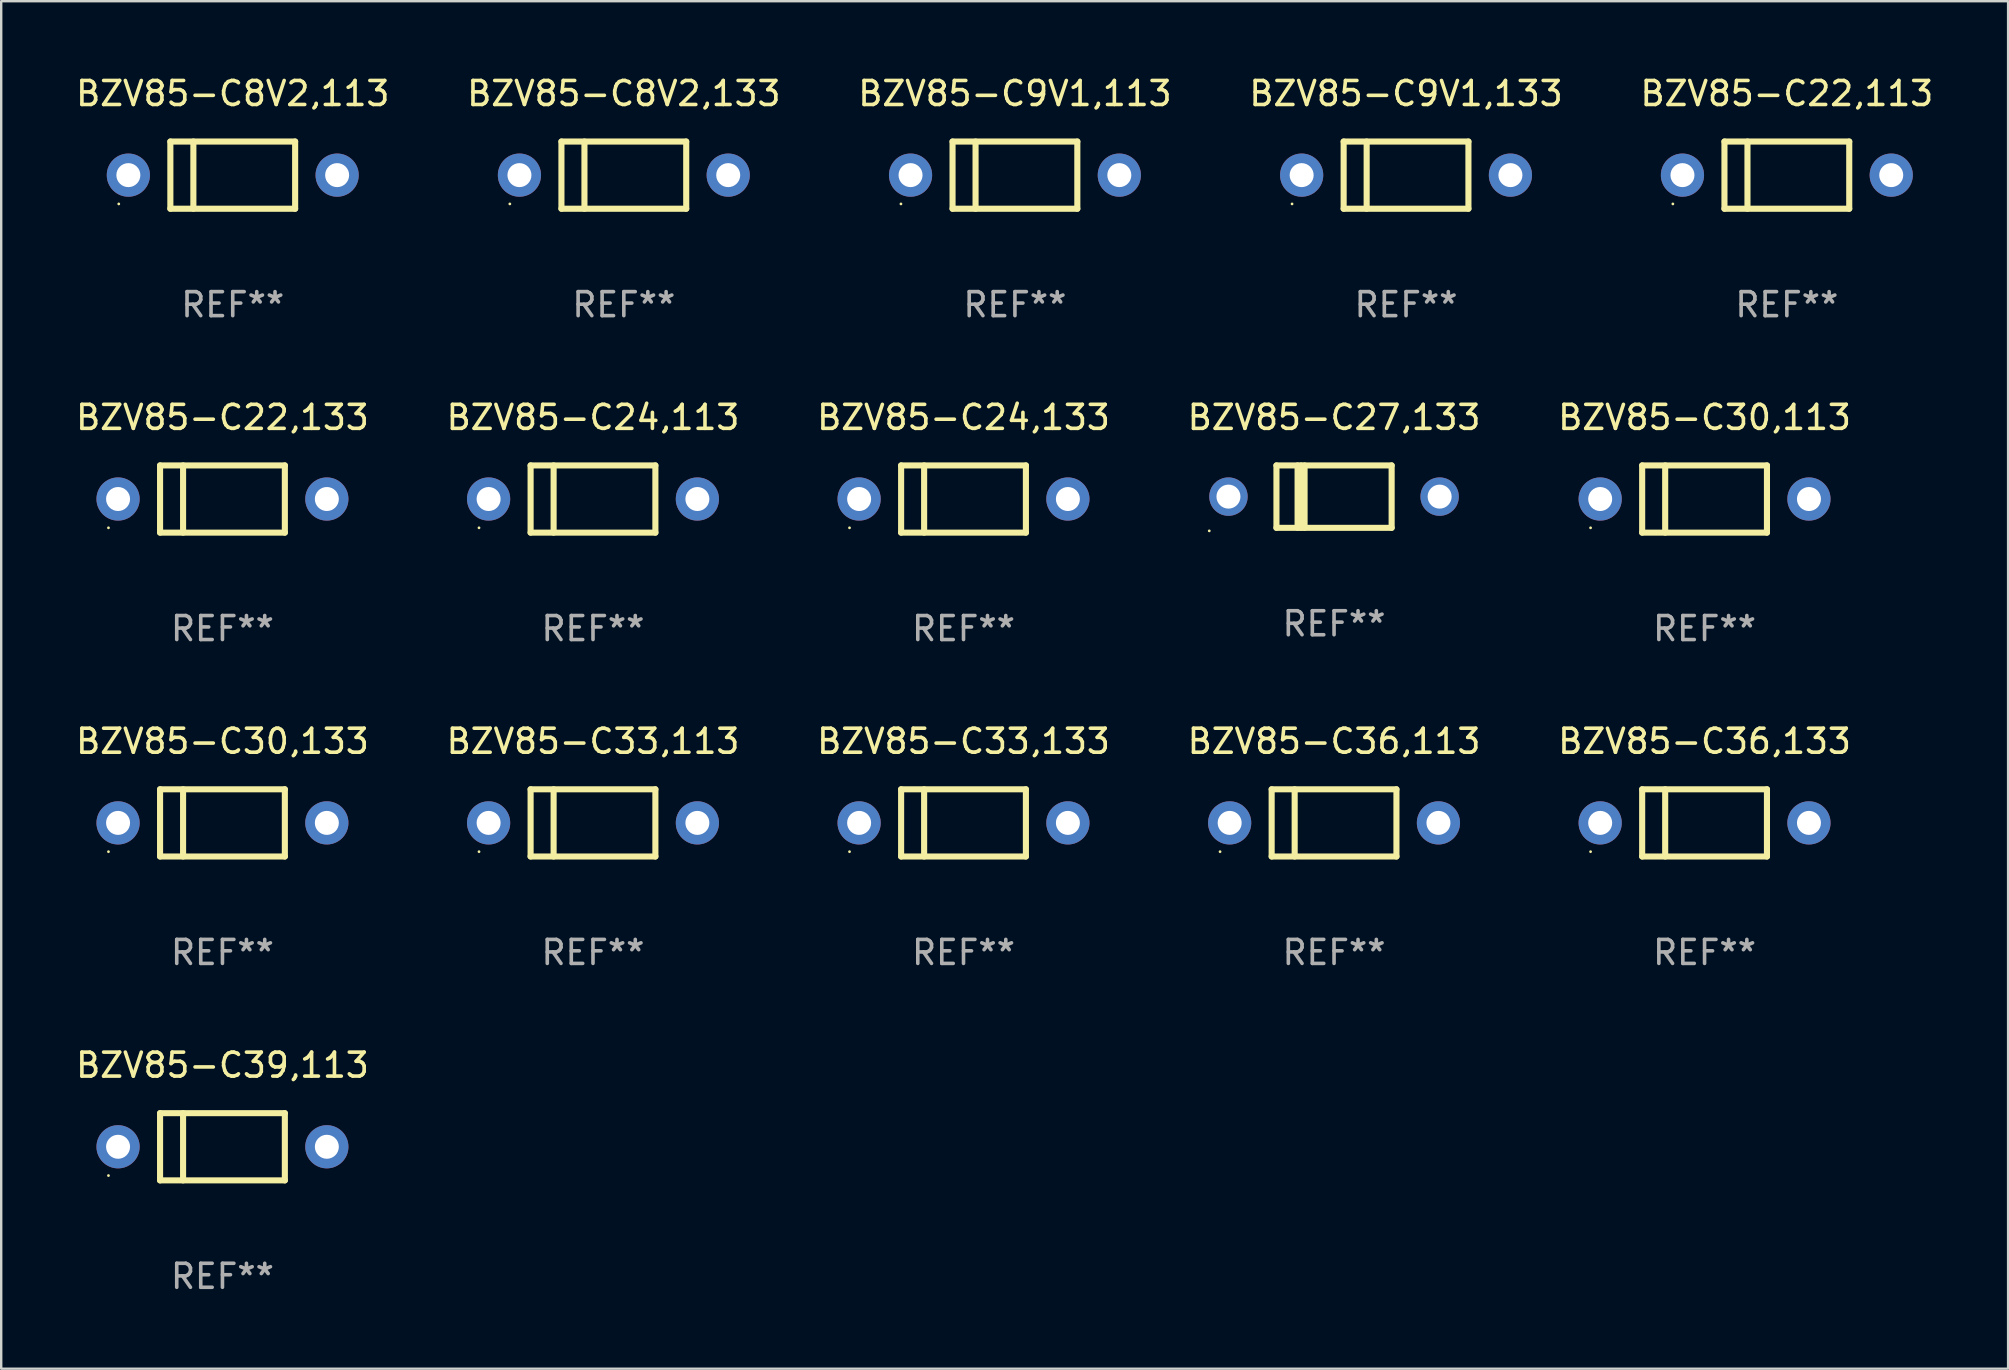
<source format=kicad_pcb>
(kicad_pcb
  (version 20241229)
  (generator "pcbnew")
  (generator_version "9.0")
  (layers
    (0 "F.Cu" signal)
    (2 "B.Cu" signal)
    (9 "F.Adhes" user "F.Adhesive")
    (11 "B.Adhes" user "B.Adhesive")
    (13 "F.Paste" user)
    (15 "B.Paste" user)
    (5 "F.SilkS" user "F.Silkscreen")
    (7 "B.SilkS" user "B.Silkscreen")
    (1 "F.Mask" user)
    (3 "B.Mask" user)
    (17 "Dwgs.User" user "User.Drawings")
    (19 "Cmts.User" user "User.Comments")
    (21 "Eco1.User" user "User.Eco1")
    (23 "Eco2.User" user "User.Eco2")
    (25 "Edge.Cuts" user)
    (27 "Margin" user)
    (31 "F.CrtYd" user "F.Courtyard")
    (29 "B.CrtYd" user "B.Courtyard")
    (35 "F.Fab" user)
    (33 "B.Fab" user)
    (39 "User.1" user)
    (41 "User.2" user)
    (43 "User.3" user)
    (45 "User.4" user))
  (footprint "BZV85-C24,133"
    (layer "F.Cu")
    (at 37.101 17.745)
    (property "Reference" "BZV85-C24,133" (at 0 -3.4 0) (layer "F.SilkS") (effects (font (size 1 1) (thickness 0.15))))
    (attr through_hole)
    (fp_line (start -2.6 -1.4) (end -2.6 1.4) (stroke (width 0.254) (type solid)) (layer "F.SilkS"))
    (fp_line (start -2.6 -1.4) (end 2.6 -1.4) (stroke (width 0.254) (type solid)) (layer "F.SilkS"))
    (fp_line (start -2.6 1.4) (end 2.6 1.4) (stroke (width 0.254) (type solid)) (layer "F.SilkS"))
    (fp_line (start -1.641 -1.4) (end -1.641 1.4) (stroke (width 0.254) (type solid)) (layer "F.SilkS"))
    (fp_line (start 2.6 -1.4) (end 2.6 1.4) (stroke (width 0.254) (type solid)) (layer "F.SilkS"))
    (fp_circle (center -4.75 1.2) (end -4.72 1.2) (stroke (width 0.06) (type solid)) (fill no) (layer "F.SilkS"))
    (fp_text user "REF**" (at 0 5.4 0) (layer "F.Fab") (effects (font (size 1 1) (thickness 0.15))))
    (pad "1" thru_hole circle (at -4.35 0) (size 1.8 1.8) (drill 1) (layers "*.Cu" "*.Mask"))
    (pad "2" thru_hole circle (at 4.35 0) (size 1.8 1.8) (drill 1) (layers "*.Cu" "*.Mask")))
  (footprint "BZV85-C36,113"
    (layer "F.Cu")
    (at 52.542 31.241)
    (property "Reference" "BZV85-C36,113" (at 0 -3.4 0) (layer "F.SilkS") (effects (font (size 1 1) (thickness 0.15))))
    (attr through_hole)
    (fp_line (start -2.6 -1.4) (end -2.6 1.4) (stroke (width 0.254) (type solid)) (layer "F.SilkS"))
    (fp_line (start -2.6 -1.4) (end 2.6 -1.4) (stroke (width 0.254) (type solid)) (layer "F.SilkS"))
    (fp_line (start -2.6 1.4) (end 2.6 1.4) (stroke (width 0.254) (type solid)) (layer "F.SilkS"))
    (fp_line (start -1.641 -1.4) (end -1.641 1.4) (stroke (width 0.254) (type solid)) (layer "F.SilkS"))
    (fp_line (start 2.6 -1.4) (end 2.6 1.4) (stroke (width 0.254) (type solid)) (layer "F.SilkS"))
    (fp_circle (center -4.75 1.2) (end -4.72 1.2) (stroke (width 0.06) (type solid)) (fill no) (layer "F.SilkS"))
    (fp_text user "REF**" (at 0 5.4 0) (layer "F.Fab") (effects (font (size 1 1) (thickness 0.15))))
    (pad "1" thru_hole circle (at -4.35 0) (size 1.8 1.8) (drill 1) (layers "*.Cu" "*.Mask"))
    (pad "2" thru_hole circle (at 4.35 0) (size 1.8 1.8) (drill 1) (layers "*.Cu" "*.Mask")))
  (footprint "BZV85-C9V1,133"
    (layer "F.Cu")
    (at 55.542 4.248)
    (property "Reference" "BZV85-C9V1,133" (at 0 -3.4 0) (layer "F.SilkS") (effects (font (size 1 1) (thickness 0.15))))
    (attr through_hole)
    (fp_line (start -2.6 -1.4) (end -2.6 1.4) (stroke (width 0.254) (type solid)) (layer "F.SilkS"))
    (fp_line (start -2.6 -1.4) (end 2.6 -1.4) (stroke (width 0.254) (type solid)) (layer "F.SilkS"))
    (fp_line (start -2.6 1.4) (end 2.6 1.4) (stroke (width 0.254) (type solid)) (layer "F.SilkS"))
    (fp_line (start -1.641 -1.4) (end -1.641 1.4) (stroke (width 0.254) (type solid)) (layer "F.SilkS"))
    (fp_line (start 2.6 -1.4) (end 2.6 1.4) (stroke (width 0.254) (type solid)) (layer "F.SilkS"))
    (fp_circle (center -4.75 1.2) (end -4.72 1.2) (stroke (width 0.06) (type solid)) (fill no) (layer "F.SilkS"))
    (fp_text user "REF**" (at 0 5.4 0) (layer "F.Fab") (effects (font (size 1 1) (thickness 0.15))))
    (pad "1" thru_hole circle (at -4.35 0) (size 1.8 1.8) (drill 1) (layers "*.Cu" "*.Mask"))
    (pad "2" thru_hole circle (at 4.35 0) (size 1.8 1.8) (drill 1) (layers "*.Cu" "*.Mask")))
  (footprint "BZV85-C30,113"
    (layer "F.Cu")
    (at 67.982 17.745)
    (property "Reference" "BZV85-C30,113" (at 0 -3.4 0) (layer "F.SilkS") (effects (font (size 1 1) (thickness 0.15))))
    (attr through_hole)
    (fp_line (start -2.6 -1.4) (end -2.6 1.4) (stroke (width 0.254) (type solid)) (layer "F.SilkS"))
    (fp_line (start -2.6 -1.4) (end 2.6 -1.4) (stroke (width 0.254) (type solid)) (layer "F.SilkS"))
    (fp_line (start -2.6 1.4) (end 2.6 1.4) (stroke (width 0.254) (type solid)) (layer "F.SilkS"))
    (fp_line (start -1.641 -1.4) (end -1.641 1.4) (stroke (width 0.254) (type solid)) (layer "F.SilkS"))
    (fp_line (start 2.6 -1.4) (end 2.6 1.4) (stroke (width 0.254) (type solid)) (layer "F.SilkS"))
    (fp_circle (center -4.75 1.2) (end -4.72 1.2) (stroke (width 0.06) (type solid)) (fill no) (layer "F.SilkS"))
    (fp_text user "REF**" (at 0 5.4 0) (layer "F.Fab") (effects (font (size 1 1) (thickness 0.15))))
    (pad "1" thru_hole circle (at -4.35 0) (size 1.8 1.8) (drill 1) (layers "*.Cu" "*.Mask"))
    (pad "2" thru_hole circle (at 4.35 0) (size 1.8 1.8) (drill 1) (layers "*.Cu" "*.Mask")))
  (footprint "BZV85-C22,133"
    (layer "F.Cu")
    (at 6.22 17.745)
    (property "Reference" "BZV85-C22,133" (at 0 -3.4 0) (layer "F.SilkS") (effects (font (size 1 1) (thickness 0.15))))
    (attr through_hole)
    (fp_line (start -2.6 -1.4) (end -2.6 1.4) (stroke (width 0.254) (type solid)) (layer "F.SilkS"))
    (fp_line (start -2.6 -1.4) (end 2.6 -1.4) (stroke (width 0.254) (type solid)) (layer "F.SilkS"))
    (fp_line (start -2.6 1.4) (end 2.6 1.4) (stroke (width 0.254) (type solid)) (layer "F.SilkS"))
    (fp_line (start -1.641 -1.4) (end -1.641 1.4) (stroke (width 0.254) (type solid)) (layer "F.SilkS"))
    (fp_line (start 2.6 -1.4) (end 2.6 1.4) (stroke (width 0.254) (type solid)) (layer "F.SilkS"))
    (fp_circle (center -4.75 1.2) (end -4.72 1.2) (stroke (width 0.06) (type solid)) (fill no) (layer "F.SilkS"))
    (fp_text user "REF**" (at 0 5.4 0) (layer "F.Fab") (effects (font (size 1 1) (thickness 0.15))))
    (pad "1" thru_hole circle (at -4.35 0) (size 1.8 1.8) (drill 1) (layers "*.Cu" "*.Mask"))
    (pad "2" thru_hole circle (at 4.35 0) (size 1.8 1.8) (drill 1) (layers "*.Cu" "*.Mask")))
  (footprint "BZV85-C27,133"
    (layer "F.Cu")
    (at 52.542 17.645)
    (property "Reference" "BZV85-C27,133" (at 0 -3.3 0) (layer "F.SilkS") (effects (font (size 1 1) (thickness 0.15))))
    (attr through_hole)
    (fp_line (start -2.4 -1.3) (end -2.4 1.3) (stroke (width 0.254) (type solid)) (layer "F.SilkS"))
    (fp_line (start -2.4 -1.3) (end 2.4 -1.3) (stroke (width 0.254) (type solid)) (layer "F.SilkS"))
    (fp_line (start -2.4 1.3) (end 2.4 1.3) (stroke (width 0.254) (type solid)) (layer "F.SilkS"))
    (fp_line (start -1.519 -1.3) (end -1.519 1.3) (stroke (width 0.254) (type solid)) (layer "F.SilkS"))
    (fp_line (start -1.374 -1.3) (end -1.374 1.3) (stroke (width 0.254) (type solid)) (layer "F.SilkS"))
    (fp_line (start -1.228 -1.3) (end -1.228 1.3) (stroke (width 0.254) (type solid)) (layer "F.SilkS"))
    (fp_line (start 2.4 -1.3) (end 2.4 1.3) (stroke (width 0.254) (type solid)) (layer "F.SilkS"))
    (fp_circle (center -5.2 1.427) (end -5.17 1.427) (stroke (width 0.06) (type solid)) (fill no) (layer "F.SilkS"))
    (fp_text user "REF**" (at 0 5.3 0) (layer "F.Fab") (effects (font (size 1 1) (thickness 0.15))))
    (pad "1" thru_hole circle (at -4.4 0.000013) (size 1.6 1.6) (drill 1) (layers "*.Cu" "*.Mask"))
    (pad "2" thru_hole circle (at 4.4 0.000013) (size 1.6 1.6) (drill 1) (layers "*.Cu" "*.Mask")))
  (footprint "BZV85-C9V1,113"
    (layer "F.Cu")
    (at 39.244 4.248)
    (property "Reference" "BZV85-C9V1,113" (at 0 -3.4 0) (layer "F.SilkS") (effects (font (size 1 1) (thickness 0.15))))
    (attr through_hole)
    (fp_line (start -2.6 -1.4) (end -2.6 1.4) (stroke (width 0.254) (type solid)) (layer "F.SilkS"))
    (fp_line (start -2.6 -1.4) (end 2.6 -1.4) (stroke (width 0.254) (type solid)) (layer "F.SilkS"))
    (fp_line (start -2.6 1.4) (end 2.6 1.4) (stroke (width 0.254) (type solid)) (layer "F.SilkS"))
    (fp_line (start -1.641 -1.4) (end -1.641 1.4) (stroke (width 0.254) (type solid)) (layer "F.SilkS"))
    (fp_line (start 2.6 -1.4) (end 2.6 1.4) (stroke (width 0.254) (type solid)) (layer "F.SilkS"))
    (fp_circle (center -4.75 1.2) (end -4.72 1.2) (stroke (width 0.06) (type solid)) (fill no) (layer "F.SilkS"))
    (fp_text user "REF**" (at 0 5.4 0) (layer "F.Fab") (effects (font (size 1 1) (thickness 0.15))))
    (pad "1" thru_hole circle (at -4.35 0) (size 1.8 1.8) (drill 1) (layers "*.Cu" "*.Mask"))
    (pad "2" thru_hole circle (at 4.35 0) (size 1.8 1.8) (drill 1) (layers "*.Cu" "*.Mask")))
  (footprint "BZV85-C8V2,113"
    (layer "F.Cu")
    (at 6.649 4.248)
    (property "Reference" "BZV85-C8V2,113" (at 0 -3.4 0) (layer "F.SilkS") (effects (font (size 1 1) (thickness 0.15))))
    (attr through_hole)
    (fp_line (start -2.6 -1.4) (end -2.6 1.4) (stroke (width 0.254) (type solid)) (layer "F.SilkS"))
    (fp_line (start -2.6 -1.4) (end 2.6 -1.4) (stroke (width 0.254) (type solid)) (layer "F.SilkS"))
    (fp_line (start -2.6 1.4) (end 2.6 1.4) (stroke (width 0.254) (type solid)) (layer "F.SilkS"))
    (fp_line (start -1.641 -1.4) (end -1.641 1.4) (stroke (width 0.254) (type solid)) (layer "F.SilkS"))
    (fp_line (start 2.6 -1.4) (end 2.6 1.4) (stroke (width 0.254) (type solid)) (layer "F.SilkS"))
    (fp_circle (center -4.75 1.2) (end -4.72 1.2) (stroke (width 0.06) (type solid)) (fill no) (layer "F.SilkS"))
    (fp_text user "REF**" (at 0 5.4 0) (layer "F.Fab") (effects (font (size 1 1) (thickness 0.15))))
    (pad "1" thru_hole circle (at -4.35 0) (size 1.8 1.8) (drill 1) (layers "*.Cu" "*.Mask"))
    (pad "2" thru_hole circle (at 4.35 0) (size 1.8 1.8) (drill 1) (layers "*.Cu" "*.Mask")))
  (footprint "BZV85-C30,133"
    (layer "F.Cu")
    (at 6.22 31.241)
    (property "Reference" "BZV85-C30,133" (at 0 -3.4 0) (layer "F.SilkS") (effects (font (size 1 1) (thickness 0.15))))
    (attr through_hole)
    (fp_line (start -2.6 -1.4) (end -2.6 1.4) (stroke (width 0.254) (type solid)) (layer "F.SilkS"))
    (fp_line (start -2.6 -1.4) (end 2.6 -1.4) (stroke (width 0.254) (type solid)) (layer "F.SilkS"))
    (fp_line (start -2.6 1.4) (end 2.6 1.4) (stroke (width 0.254) (type solid)) (layer "F.SilkS"))
    (fp_line (start -1.641 -1.4) (end -1.641 1.4) (stroke (width 0.254) (type solid)) (layer "F.SilkS"))
    (fp_line (start 2.6 -1.4) (end 2.6 1.4) (stroke (width 0.254) (type solid)) (layer "F.SilkS"))
    (fp_circle (center -4.75 1.2) (end -4.72 1.2) (stroke (width 0.06) (type solid)) (fill no) (layer "F.SilkS"))
    (fp_text user "REF**" (at 0 5.4 0) (layer "F.Fab") (effects (font (size 1 1) (thickness 0.15))))
    (pad "1" thru_hole circle (at -4.35 0) (size 1.8 1.8) (drill 1) (layers "*.Cu" "*.Mask"))
    (pad "2" thru_hole circle (at 4.35 0) (size 1.8 1.8) (drill 1) (layers "*.Cu" "*.Mask")))
  (footprint "BZV85-C36,133"
    (layer "F.Cu")
    (at 67.982 31.241)
    (property "Reference" "BZV85-C36,133" (at 0 -3.4 0) (layer "F.SilkS") (effects (font (size 1 1) (thickness 0.15))))
    (attr through_hole)
    (fp_line (start -2.6 -1.4) (end -2.6 1.4) (stroke (width 0.254) (type solid)) (layer "F.SilkS"))
    (fp_line (start -2.6 -1.4) (end 2.6 -1.4) (stroke (width 0.254) (type solid)) (layer "F.SilkS"))
    (fp_line (start -2.6 1.4) (end 2.6 1.4) (stroke (width 0.254) (type solid)) (layer "F.SilkS"))
    (fp_line (start -1.641 -1.4) (end -1.641 1.4) (stroke (width 0.254) (type solid)) (layer "F.SilkS"))
    (fp_line (start 2.6 -1.4) (end 2.6 1.4) (stroke (width 0.254) (type solid)) (layer "F.SilkS"))
    (fp_circle (center -4.75 1.2) (end -4.72 1.2) (stroke (width 0.06) (type solid)) (fill no) (layer "F.SilkS"))
    (fp_text user "REF**" (at 0 5.4 0) (layer "F.Fab") (effects (font (size 1 1) (thickness 0.15))))
    (pad "1" thru_hole circle (at -4.35 0) (size 1.8 1.8) (drill 1) (layers "*.Cu" "*.Mask"))
    (pad "2" thru_hole circle (at 4.35 0) (size 1.8 1.8) (drill 1) (layers "*.Cu" "*.Mask")))
  (footprint "BZV85-C24,113"
    (layer "F.Cu")
    (at 21.661 17.745)
    (property "Reference" "BZV85-C24,113" (at 0 -3.4 0) (layer "F.SilkS") (effects (font (size 1 1) (thickness 0.15))))
    (attr through_hole)
    (fp_line (start -2.6 -1.4) (end -2.6 1.4) (stroke (width 0.254) (type solid)) (layer "F.SilkS"))
    (fp_line (start -2.6 -1.4) (end 2.6 -1.4) (stroke (width 0.254) (type solid)) (layer "F.SilkS"))
    (fp_line (start -2.6 1.4) (end 2.6 1.4) (stroke (width 0.254) (type solid)) (layer "F.SilkS"))
    (fp_line (start -1.641 -1.4) (end -1.641 1.4) (stroke (width 0.254) (type solid)) (layer "F.SilkS"))
    (fp_line (start 2.6 -1.4) (end 2.6 1.4) (stroke (width 0.254) (type solid)) (layer "F.SilkS"))
    (fp_circle (center -4.75 1.2) (end -4.72 1.2) (stroke (width 0.06) (type solid)) (fill no) (layer "F.SilkS"))
    (fp_text user "REF**" (at 0 5.4 0) (layer "F.Fab") (effects (font (size 1 1) (thickness 0.15))))
    (pad "1" thru_hole circle (at -4.35 0) (size 1.8 1.8) (drill 1) (layers "*.Cu" "*.Mask"))
    (pad "2" thru_hole circle (at 4.35 0) (size 1.8 1.8) (drill 1) (layers "*.Cu" "*.Mask")))
  (footprint "BZV85-C33,133"
    (layer "F.Cu")
    (at 37.101 31.241)
    (property "Reference" "BZV85-C33,133" (at 0 -3.4 0) (layer "F.SilkS") (effects (font (size 1 1) (thickness 0.15))))
    (attr through_hole)
    (fp_line (start -2.6 -1.4) (end -2.6 1.4) (stroke (width 0.254) (type solid)) (layer "F.SilkS"))
    (fp_line (start -2.6 -1.4) (end 2.6 -1.4) (stroke (width 0.254) (type solid)) (layer "F.SilkS"))
    (fp_line (start -2.6 1.4) (end 2.6 1.4) (stroke (width 0.254) (type solid)) (layer "F.SilkS"))
    (fp_line (start -1.641 -1.4) (end -1.641 1.4) (stroke (width 0.254) (type solid)) (layer "F.SilkS"))
    (fp_line (start 2.6 -1.4) (end 2.6 1.4) (stroke (width 0.254) (type solid)) (layer "F.SilkS"))
    (fp_circle (center -4.75 1.2) (end -4.72 1.2) (stroke (width 0.06) (type solid)) (fill no) (layer "F.SilkS"))
    (fp_text user "REF**" (at 0 5.4 0) (layer "F.Fab") (effects (font (size 1 1) (thickness 0.15))))
    (pad "1" thru_hole circle (at -4.35 0) (size 1.8 1.8) (drill 1) (layers "*.Cu" "*.Mask"))
    (pad "2" thru_hole circle (at 4.35 0) (size 1.8 1.8) (drill 1) (layers "*.Cu" "*.Mask")))
  (footprint "BZV85-C8V2,133"
    (layer "F.Cu")
    (at 22.946 4.248)
    (property "Reference" "BZV85-C8V2,133" (at 0 -3.4 0) (layer "F.SilkS") (effects (font (size 1 1) (thickness 0.15))))
    (attr through_hole)
    (fp_line (start -2.6 -1.4) (end -2.6 1.4) (stroke (width 0.254) (type solid)) (layer "F.SilkS"))
    (fp_line (start -2.6 -1.4) (end 2.6 -1.4) (stroke (width 0.254) (type solid)) (layer "F.SilkS"))
    (fp_line (start -2.6 1.4) (end 2.6 1.4) (stroke (width 0.254) (type solid)) (layer "F.SilkS"))
    (fp_line (start -1.641 -1.4) (end -1.641 1.4) (stroke (width 0.254) (type solid)) (layer "F.SilkS"))
    (fp_line (start 2.6 -1.4) (end 2.6 1.4) (stroke (width 0.254) (type solid)) (layer "F.SilkS"))
    (fp_circle (center -4.75 1.2) (end -4.72 1.2) (stroke (width 0.06) (type solid)) (fill no) (layer "F.SilkS"))
    (fp_text user "REF**" (at 0 5.4 0) (layer "F.Fab") (effects (font (size 1 1) (thickness 0.15))))
    (pad "1" thru_hole circle (at -4.35 0) (size 1.8 1.8) (drill 1) (layers "*.Cu" "*.Mask"))
    (pad "2" thru_hole circle (at 4.35 0) (size 1.8 1.8) (drill 1) (layers "*.Cu" "*.Mask")))
  (footprint "BZV85-C39,113"
    (layer "F.Cu")
    (at 6.22 44.738)
    (property "Reference" "BZV85-C39,113" (at 0 -3.4 0) (layer "F.SilkS") (effects (font (size 1 1) (thickness 0.15))))
    (attr through_hole)
    (fp_line (start -2.6 -1.4) (end -2.6 1.4) (stroke (width 0.254) (type solid)) (layer "F.SilkS"))
    (fp_line (start -2.6 -1.4) (end 2.6 -1.4) (stroke (width 0.254) (type solid)) (layer "F.SilkS"))
    (fp_line (start -2.6 1.4) (end 2.6 1.4) (stroke (width 0.254) (type solid)) (layer "F.SilkS"))
    (fp_line (start -1.641 -1.4) (end -1.641 1.4) (stroke (width 0.254) (type solid)) (layer "F.SilkS"))
    (fp_line (start 2.6 -1.4) (end 2.6 1.4) (stroke (width 0.254) (type solid)) (layer "F.SilkS"))
    (fp_circle (center -4.75 1.2) (end -4.72 1.2) (stroke (width 0.06) (type solid)) (fill no) (layer "F.SilkS"))
    (fp_text user "REF**" (at 0 5.4 0) (layer "F.Fab") (effects (font (size 1 1) (thickness 0.15))))
    (pad "1" thru_hole circle (at -4.35 0) (size 1.8 1.8) (drill 1) (layers "*.Cu" "*.Mask"))
    (pad "2" thru_hole circle (at 4.35 0) (size 1.8 1.8) (drill 1) (layers "*.Cu" "*.Mask")))
  (footprint "BZV85-C33,113"
    (layer "F.Cu")
    (at 21.661 31.241)
    (property "Reference" "BZV85-C33,113" (at 0 -3.4 0) (layer "F.SilkS") (effects (font (size 1 1) (thickness 0.15))))
    (attr through_hole)
    (fp_line (start -2.6 -1.4) (end -2.6 1.4) (stroke (width 0.254) (type solid)) (layer "F.SilkS"))
    (fp_line (start -2.6 -1.4) (end 2.6 -1.4) (stroke (width 0.254) (type solid)) (layer "F.SilkS"))
    (fp_line (start -2.6 1.4) (end 2.6 1.4) (stroke (width 0.254) (type solid)) (layer "F.SilkS"))
    (fp_line (start -1.641 -1.4) (end -1.641 1.4) (stroke (width 0.254) (type solid)) (layer "F.SilkS"))
    (fp_line (start 2.6 -1.4) (end 2.6 1.4) (stroke (width 0.254) (type solid)) (layer "F.SilkS"))
    (fp_circle (center -4.75 1.2) (end -4.72 1.2) (stroke (width 0.06) (type solid)) (fill no) (layer "F.SilkS"))
    (fp_text user "REF**" (at 0 5.4 0) (layer "F.Fab") (effects (font (size 1 1) (thickness 0.15))))
    (pad "1" thru_hole circle (at -4.35 0) (size 1.8 1.8) (drill 1) (layers "*.Cu" "*.Mask"))
    (pad "2" thru_hole circle (at 4.35 0) (size 1.8 1.8) (drill 1) (layers "*.Cu" "*.Mask")))
  (footprint "BZV85-C22,113"
    (layer "F.Cu")
    (at 71.411 4.248)
    (property "Reference" "BZV85-C22,113" (at 0 -3.4 0) (layer "F.SilkS") (effects (font (size 1 1) (thickness 0.15))))
    (attr through_hole)
    (fp_line (start -2.6 -1.4) (end -2.6 1.4) (stroke (width 0.254) (type solid)) (layer "F.SilkS"))
    (fp_line (start -2.6 -1.4) (end 2.6 -1.4) (stroke (width 0.254) (type solid)) (layer "F.SilkS"))
    (fp_line (start -2.6 1.4) (end 2.6 1.4) (stroke (width 0.254) (type solid)) (layer "F.SilkS"))
    (fp_line (start -1.641 -1.4) (end -1.641 1.4) (stroke (width 0.254) (type solid)) (layer "F.SilkS"))
    (fp_line (start 2.6 -1.4) (end 2.6 1.4) (stroke (width 0.254) (type solid)) (layer "F.SilkS"))
    (fp_circle (center -4.75 1.2) (end -4.72 1.2) (stroke (width 0.06) (type solid)) (fill no) (layer "F.SilkS"))
    (fp_text user "REF**" (at 0 5.4 0) (layer "F.Fab") (effects (font (size 1 1) (thickness 0.15))))
    (pad "1" thru_hole circle (at -4.35 0) (size 1.8 1.8) (drill 1) (layers "*.Cu" "*.Mask"))
    (pad "2" thru_hole circle (at 4.35 0) (size 1.8 1.8) (drill 1) (layers "*.Cu" "*.Mask")))
  (gr_rect
    (start -3 -3)
    (end 80.631 53.986)
    (stroke (width 0.1) (type default))
    (fill no)
    (layer "Edge.Cuts")))
</source>
